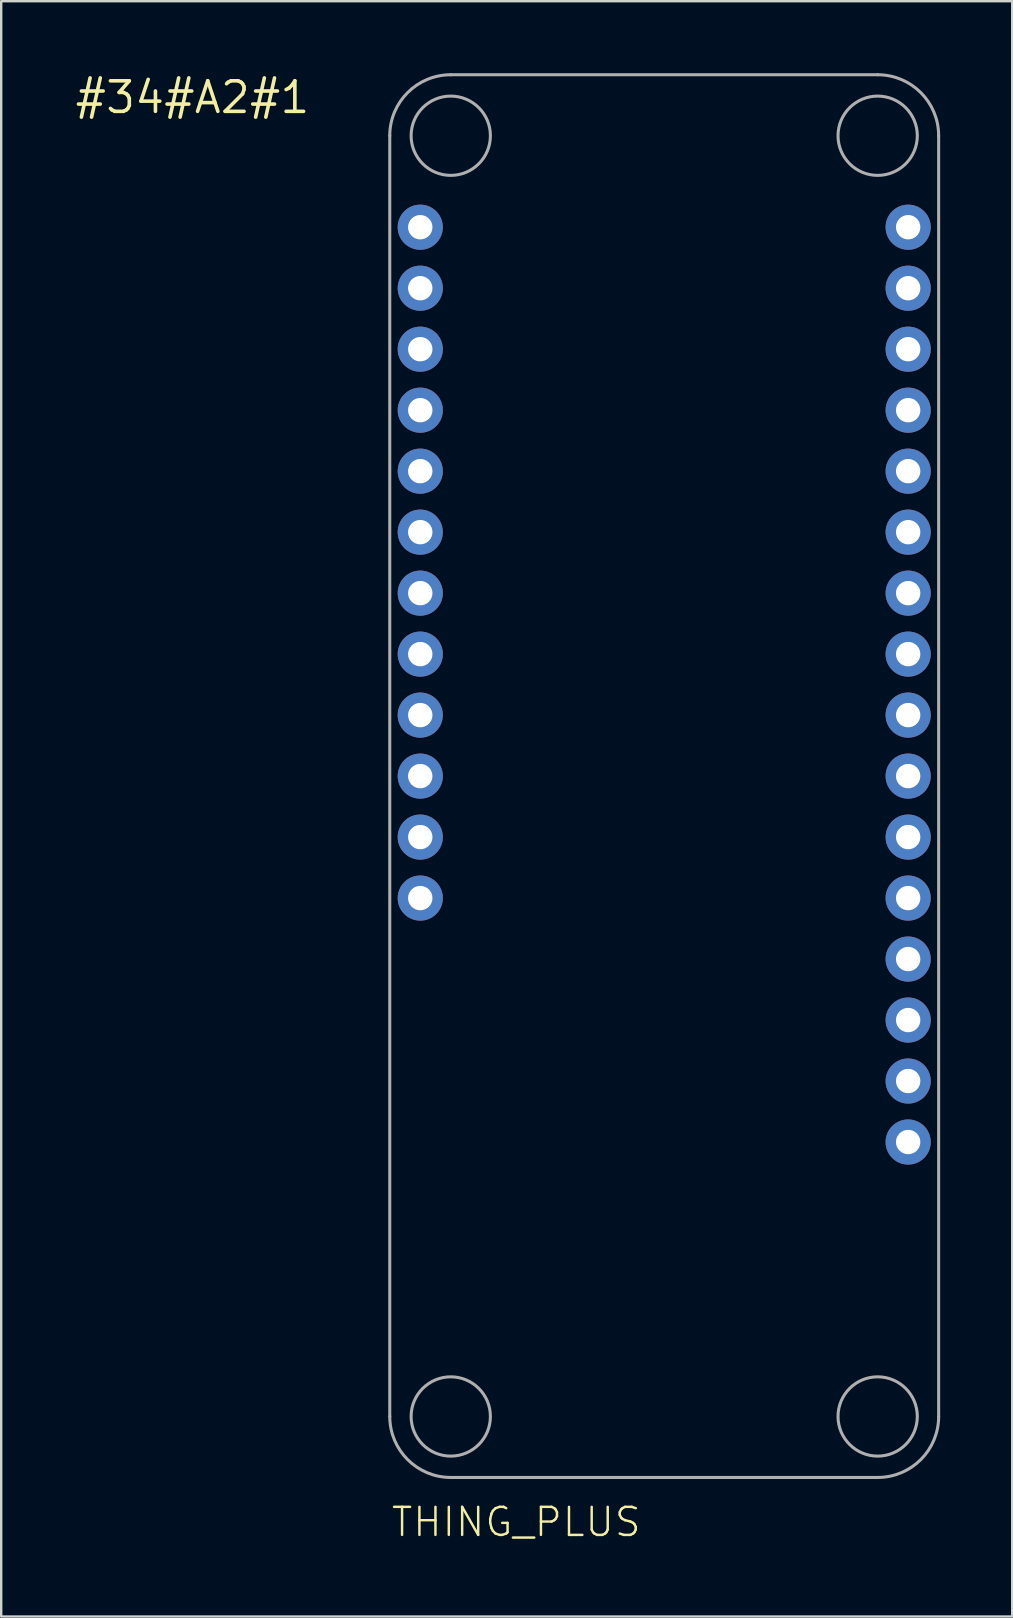
<source format=kicad_pcb>
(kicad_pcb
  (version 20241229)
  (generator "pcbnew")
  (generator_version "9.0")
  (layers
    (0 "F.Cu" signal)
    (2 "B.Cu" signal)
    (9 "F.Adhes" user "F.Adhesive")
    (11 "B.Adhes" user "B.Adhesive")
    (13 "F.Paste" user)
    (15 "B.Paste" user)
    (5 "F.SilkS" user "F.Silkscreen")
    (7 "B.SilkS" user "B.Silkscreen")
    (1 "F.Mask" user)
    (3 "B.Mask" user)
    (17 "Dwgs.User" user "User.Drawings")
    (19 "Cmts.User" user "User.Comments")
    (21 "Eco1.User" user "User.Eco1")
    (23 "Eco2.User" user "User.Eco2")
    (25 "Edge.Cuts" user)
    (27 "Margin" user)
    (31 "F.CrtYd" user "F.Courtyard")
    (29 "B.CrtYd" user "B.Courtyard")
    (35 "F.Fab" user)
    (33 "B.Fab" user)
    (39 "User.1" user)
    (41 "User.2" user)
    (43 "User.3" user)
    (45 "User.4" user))
  (footprint "#34#A2#1"
    (layer "F.Cu")
    (at 4.966 1.006)
    (property "Reference" "#34#A2#1" (at 0 0 0) (layer "F.SilkS") (effects (font (size 1.27 1.27) (thickness 0.15))))
    (fp_poly (pts (xy 3.804 0.068) (xy 3.8 0.07) (xy 3.8 0.065) (xy 3.803 0.065)) (stroke (width 0) (type default)) (fill yes) (layer "F.SilkS")))
  (footprint "THING_PLUS"
    (layer "F.Cu")
    (at 13.183 58.483)
    (property "Reference" "THING_PLUS" (at 0 2.54 0) (layer "F.SilkS") (effects (font (size 1.168 1.168) (thickness 0.102)) (justify left bottom)))
    (fp_line (start 0 -2.54) (end 0 -55.88) (stroke (width 0.127) (type solid)) (layer "F.Fab"))
    (fp_line (start 2.54 -58.42) (end 20.32 -58.42) (stroke (width 0.127) (type solid)) (layer "F.Fab"))
    (fp_line (start 20.32 0) (end 2.54 0) (stroke (width 0.127) (type solid)) (layer "F.Fab"))
    (fp_line (start 22.86 -55.88) (end 22.86 -2.54) (stroke (width 0.127) (type solid)) (layer "F.Fab"))
    (fp_arc (start 0 -55.88) (mid 0.743949 -57.676051) (end 2.54 -58.42) (stroke (width 0.127) (type solid)) (layer "F.Fab"))
    (fp_arc (start 2.54 0) (mid 0.743949 -0.743949) (end 0 -2.54) (stroke (width 0.127) (type solid)) (layer "F.Fab"))
    (fp_arc (start 20.32 -58.42) (mid 22.116051 -57.676051) (end 22.86 -55.88) (stroke (width 0.127) (type solid)) (layer "F.Fab"))
    (fp_arc (start 22.86 -2.54) (mid 22.116051 -0.743949) (end 20.32 0) (stroke (width 0.127) (type solid)) (layer "F.Fab"))
    (fp_circle (center 2.54 -55.88) (end 4.191 -55.88) (stroke (width 0.127) (type solid)) (fill no) (layer "F.Fab"))
    (fp_circle (center 2.54 -2.54) (end 4.191 -2.54) (stroke (width 0.127) (type solid)) (fill no) (layer "F.Fab"))
    (fp_circle (center 20.32 -55.88) (end 21.971 -55.88) (stroke (width 0.127) (type solid)) (fill no) (layer "F.Fab"))
    (fp_circle (center 20.32 -2.54) (end 21.971 -2.54) (stroke (width 0.127) (type solid)) (fill no) (layer "F.Fab"))
    (pad "1" thru_hole circle (at 1.27 -52.07) (size 1.88 1.88) (drill 1.016) (layers "*.Cu" "*.Mask"))
    (pad "2" thru_hole circle (at 1.27 -49.53) (size 1.88 1.88) (drill 1.016) (layers "*.Cu" "*.Mask"))
    (pad "3" thru_hole circle (at 1.27 -46.99) (size 1.88 1.88) (drill 1.016) (layers "*.Cu" "*.Mask"))
    (pad "4" thru_hole circle (at 1.27 -44.45) (size 1.88 1.88) (drill 1.016) (layers "*.Cu" "*.Mask"))
    (pad "5" thru_hole circle (at 1.27 -41.91) (size 1.88 1.88) (drill 1.016) (layers "*.Cu" "*.Mask"))
    (pad "6" thru_hole circle (at 1.27 -39.37) (size 1.88 1.88) (drill 1.016) (layers "*.Cu" "*.Mask"))
    (pad "7" thru_hole circle (at 1.27 -36.83) (size 1.88 1.88) (drill 1.016) (layers "*.Cu" "*.Mask"))
    (pad "8" thru_hole circle (at 1.27 -34.29) (size 1.88 1.88) (drill 1.016) (layers "*.Cu" "*.Mask"))
    (pad "9" thru_hole circle (at 1.27 -31.75) (size 1.88 1.88) (drill 1.016) (layers "*.Cu" "*.Mask"))
    (pad "10" thru_hole circle (at 1.27 -29.21) (size 1.88 1.88) (drill 1.016) (layers "*.Cu" "*.Mask"))
    (pad "11" thru_hole circle (at 1.27 -26.67) (size 1.88 1.88) (drill 1.016) (layers "*.Cu" "*.Mask"))
    (pad "12" thru_hole circle (at 1.27 -24.13) (size 1.88 1.88) (drill 1.016) (layers "*.Cu" "*.Mask"))
    (pad "13" thru_hole circle (at 21.59 -52.07) (size 1.88 1.88) (drill 1.016) (layers "*.Cu" "*.Mask"))
    (pad "14" thru_hole circle (at 21.59 -49.53) (size 1.88 1.88) (drill 1.016) (layers "*.Cu" "*.Mask"))
    (pad "15" thru_hole circle (at 21.59 -46.99) (size 1.88 1.88) (drill 1.016) (layers "*.Cu" "*.Mask"))
    (pad "16" thru_hole circle (at 21.59 -44.45) (size 1.88 1.88) (drill 1.016) (layers "*.Cu" "*.Mask"))
    (pad "17" thru_hole circle (at 21.59 -41.91) (size 1.88 1.88) (drill 1.016) (layers "*.Cu" "*.Mask"))
    (pad "18" thru_hole circle (at 21.59 -39.37) (size 1.88 1.88) (drill 1.016) (layers "*.Cu" "*.Mask"))
    (pad "19" thru_hole circle (at 21.59 -36.83) (size 1.88 1.88) (drill 1.016) (layers "*.Cu" "*.Mask"))
    (pad "20" thru_hole circle (at 21.59 -34.29) (size 1.88 1.88) (drill 1.016) (layers "*.Cu" "*.Mask"))
    (pad "21" thru_hole circle (at 21.59 -31.75) (size 1.88 1.88) (drill 1.016) (layers "*.Cu" "*.Mask"))
    (pad "22" thru_hole circle (at 21.59 -29.21) (size 1.88 1.88) (drill 1.016) (layers "*.Cu" "*.Mask"))
    (pad "23" thru_hole circle (at 21.59 -26.67) (size 1.88 1.88) (drill 1.016) (layers "*.Cu" "*.Mask"))
    (pad "24" thru_hole circle (at 21.59 -24.13) (size 1.88 1.88) (drill 1.016) (layers "*.Cu" "*.Mask"))
    (pad "25" thru_hole circle (at 21.59 -21.59) (size 1.88 1.88) (drill 1.016) (layers "*.Cu" "*.Mask"))
    (pad "26" thru_hole circle (at 21.59 -19.05) (size 1.88 1.88) (drill 1.016) (layers "*.Cu" "*.Mask"))
    (pad "27" thru_hole circle (at 21.59 -16.51) (size 1.88 1.88) (drill 1.016) (layers "*.Cu" "*.Mask"))
    (pad "28" thru_hole circle (at 21.59 -13.97) (size 1.88 1.88) (drill 1.016) (layers "*.Cu" "*.Mask")))
  (gr_rect
    (start -3 -3)
    (end 39.106 64.274)
    (stroke (width 0.1) (type default))
    (fill no)
    (layer "Edge.Cuts")))
</source>
